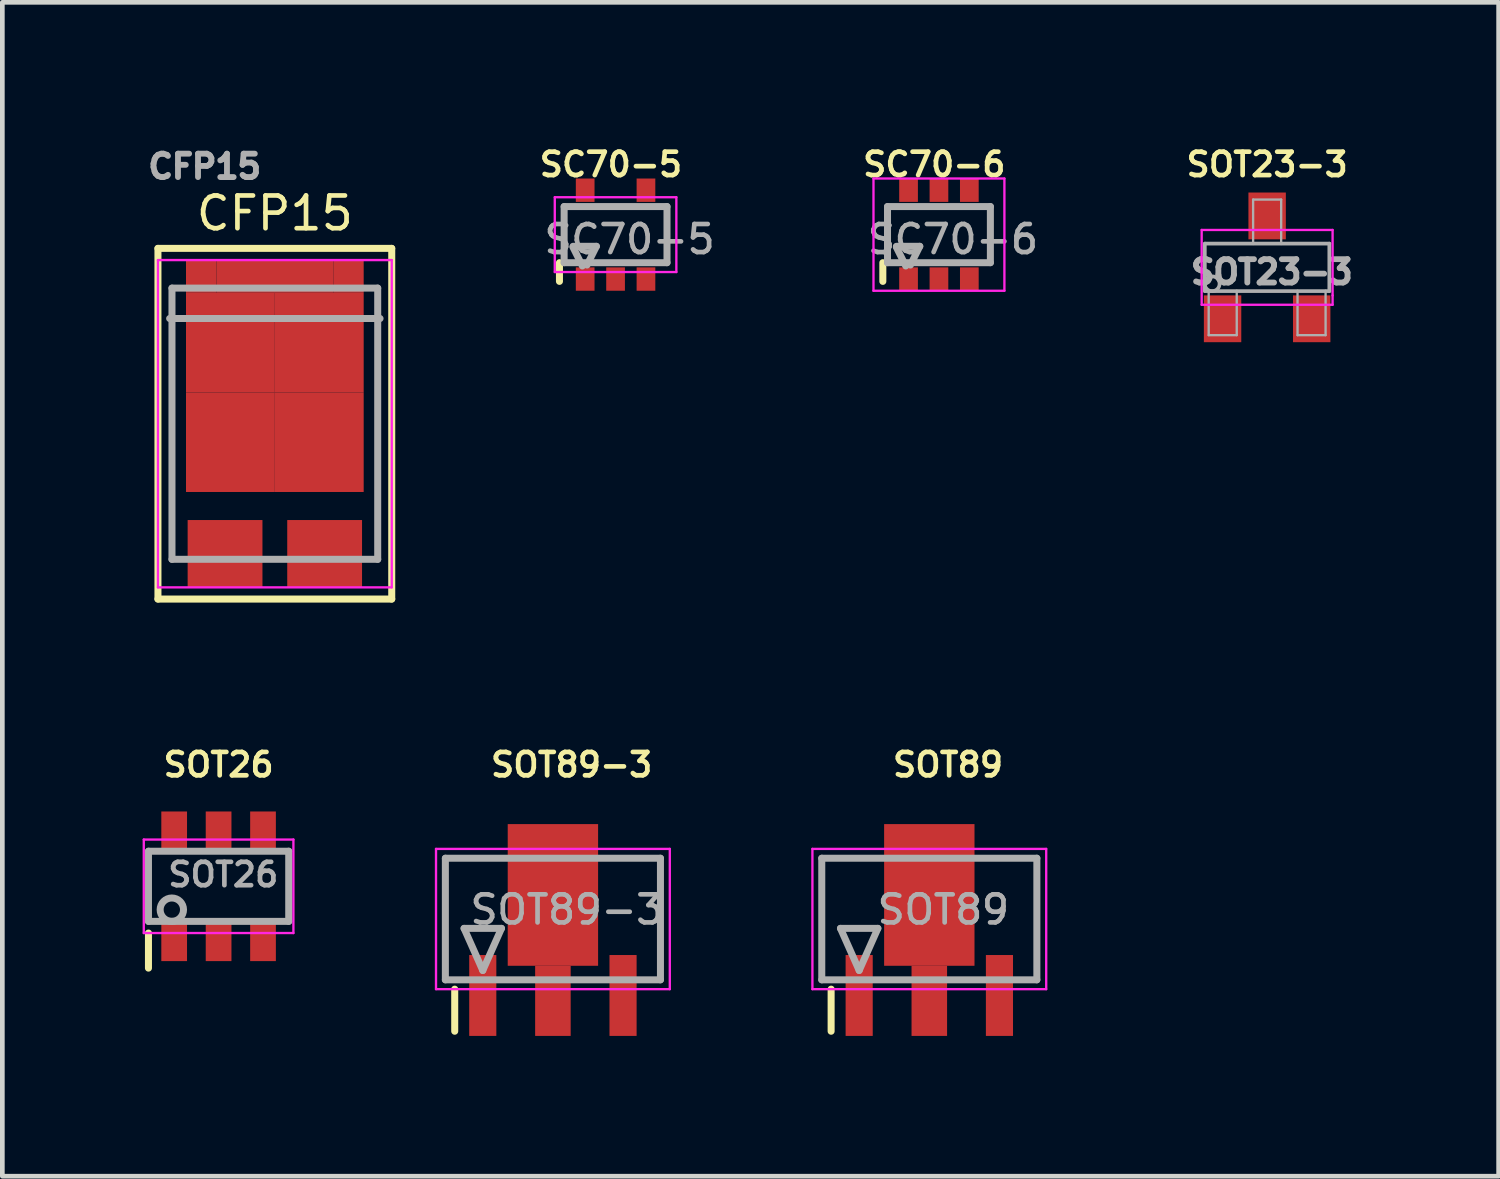
<source format=kicad_pcb>
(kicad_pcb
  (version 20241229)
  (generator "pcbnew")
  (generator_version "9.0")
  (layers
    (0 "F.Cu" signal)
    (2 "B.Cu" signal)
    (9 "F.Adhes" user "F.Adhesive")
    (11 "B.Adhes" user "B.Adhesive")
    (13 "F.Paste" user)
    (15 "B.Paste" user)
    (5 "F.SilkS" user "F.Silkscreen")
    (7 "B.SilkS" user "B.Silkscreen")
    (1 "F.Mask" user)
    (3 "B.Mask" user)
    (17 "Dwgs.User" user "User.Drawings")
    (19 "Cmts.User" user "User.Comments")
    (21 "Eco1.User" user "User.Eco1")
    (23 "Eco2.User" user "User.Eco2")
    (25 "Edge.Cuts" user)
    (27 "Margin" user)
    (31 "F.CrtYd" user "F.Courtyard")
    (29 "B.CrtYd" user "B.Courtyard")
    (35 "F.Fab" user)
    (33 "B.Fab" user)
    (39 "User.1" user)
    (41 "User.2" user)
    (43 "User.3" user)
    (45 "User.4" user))
  (footprint "SOT89-3"
    (layer "F.Cu")
    (at 8.775 16.605)
    (property "Reference" "SOT89-3" (at 0.4 -3.3 180) (layer "F.SilkS") (effects (font (size 0.5 0.5) (thickness 0.1))))
    (attr smd)
    (fp_line (start -2.1 2.4) (end -2.1 1.5) (stroke (width 0.15) (type solid)) (layer "F.SilkS"))
    (fp_line (start -2.5 -1.5) (end -2.5 1.5) (stroke (width 0.05) (type solid)) (layer "F.CrtYd"))
    (fp_line (start -2.5 -1.5) (end 2.5 -1.5) (stroke (width 0.05) (type solid)) (layer "F.CrtYd"))
    (fp_line (start -2.5 1.5) (end 2.5 1.5) (stroke (width 0.05) (type solid)) (layer "F.CrtYd"))
    (fp_line (start 2.5 -1.5) (end 2.5 1.5) (stroke (width 0.05) (type solid)) (layer "F.CrtYd"))
    (fp_line (start -2.3 -1.3) (end -2.3 1.3) (stroke (width 0.15) (type solid)) (layer "F.Fab"))
    (fp_line (start -2.3 1.3) (end 2.3 1.3) (stroke (width 0.15) (type solid)) (layer "F.Fab"))
    (fp_line (start -1.9 0.2) (end -1.1 0.2) (stroke (width 0.15) (type solid)) (layer "F.Fab"))
    (fp_line (start -1.5 1.1) (end -1.9 0.2) (stroke (width 0.15) (type solid)) (layer "F.Fab"))
    (fp_line (start -1.1 0.2) (end -1.5 1.1) (stroke (width 0.15) (type solid)) (layer "F.Fab"))
    (fp_line (start 2.3 -1.3) (end -2.3 -1.3) (stroke (width 0.15) (type solid)) (layer "F.Fab"))
    (fp_line (start 2.3 1.3) (end 2.3 -1.3) (stroke (width 0.15) (type solid)) (layer "F.Fab"))
    (fp_text user "${REFERENCE}" (at 0.3 -0.2 0) (layer "F.Fab") (effects (font (size 0.6 0.6) (thickness 0.1))))
    (pad "1" smd rect (at -1.5 1.635) (size 0.58 1.73) (layers "F.Cu" "F.Mask" "F.Paste"))
    (pad "2" smd rect (at 0 -0.515) (size 1.933 3.03) (layers "F.Cu" "F.Mask" "F.Paste"))
    (pad "2" smd rect (at 0 1.75) (size 0.76 1.5) (layers "F.Cu" "F.Mask" "F.Paste"))
    (pad "3" smd rect (at 1.5 1.635) (size 0.58 1.73) (layers "F.Cu" "F.Mask" "F.Paste")))
  (footprint "SOT23-3"
    (layer "F.Cu")
    (at 24.05 2.668)
    (property "Reference" "SOT23-3" (at 0 -2.2 0) (layer "F.SilkS") (effects (font (size 0.5 0.5) (thickness 0.1))))
    (attr smd)
    (fp_line (start -1.4 -0.8) (end 1.4 -0.8) (stroke (width 0.05) (type solid)) (layer "F.CrtYd"))
    (fp_line (start -1.4 0.8) (end -1.4 -0.8) (stroke (width 0.05) (type solid)) (layer "F.CrtYd"))
    (fp_line (start 1.4 -0.8) (end 1.4 0.6) (stroke (width 0.05) (type solid)) (layer "F.CrtYd"))
    (fp_line (start 1.4 0.6) (end 1.4 0.8) (stroke (width 0.05) (type solid)) (layer "F.CrtYd"))
    (fp_line (start 1.4 0.8) (end -1.4 0.8) (stroke (width 0.05) (type solid)) (layer "F.CrtYd"))
    (fp_line (start -1.333 -0.508) (end -1.333 0.508) (stroke (width 0.079) (type solid)) (layer "F.Fab"))
    (fp_line (start -1.33 -0.508) (end 1.33 -0.508) (stroke (width 0.079) (type solid)) (layer "F.Fab"))
    (fp_line (start -1.25 0.5) (end -1.25 1.45) (stroke (width 0.05) (type solid)) (layer "F.Fab"))
    (fp_line (start -1.25 1.45) (end -0.65 1.45) (stroke (width 0.05) (type solid)) (layer "F.Fab"))
    (fp_line (start -0.65 1.45) (end -0.65 0.5) (stroke (width 0.05) (type solid)) (layer "F.Fab"))
    (fp_line (start -0.3 -1.45) (end 0.3 -1.45) (stroke (width 0.05) (type solid)) (layer "F.Fab"))
    (fp_line (start -0.3 -0.5) (end -0.3 -1.45) (stroke (width 0.05) (type solid)) (layer "F.Fab"))
    (fp_line (start 0.3 -1.45) (end 0.3 -0.5) (stroke (width 0.05) (type solid)) (layer "F.Fab"))
    (fp_line (start 0.65 0.5) (end 0.65 1.45) (stroke (width 0.05) (type solid)) (layer "F.Fab"))
    (fp_line (start 0.65 1.45) (end 1.25 1.45) (stroke (width 0.05) (type solid)) (layer "F.Fab"))
    (fp_line (start 1.25 1.45) (end 1.25 0.5) (stroke (width 0.05) (type solid)) (layer "F.Fab"))
    (fp_line (start 1.33 -0.508) (end 1.33 0.508) (stroke (width 0.079) (type solid)) (layer "F.Fab"))
    (fp_line (start 1.33 0.508) (end -1.33 0.508) (stroke (width 0.079) (type solid)) (layer "F.Fab"))
    (fp_circle (center -1.176 0.351) (end -1.3 0.45) (stroke (width 0.079) (type solid)) (fill no) (layer "F.Fab"))
    (fp_text user "${REFERENCE}" (at 0.1 0.1 0) (layer "F.Fab") (effects (font (size 0.5 0.5) (thickness 0.125))))
    (pad "1" smd rect (at -0.953 1.1) (size 0.8 1.001) (layers "F.Cu" "F.Mask" "F.Paste"))
    (pad "2" smd rect (at 0.953 1.1) (size 0.8 1.001) (layers "F.Cu" "F.Mask" "F.Paste"))
    (pad "3" smd rect (at 0 -1.1) (size 0.8 1.001) (layers "F.Cu" "F.Mask" "F.Paste")))
  (footprint "SOT89"
    (layer "F.Cu")
    (at 16.825 16.605)
    (property "Reference" "SOT89" (at 0.4 -3.3 180) (layer "F.SilkS") (effects (font (size 0.5 0.5) (thickness 0.1))))
    (attr smd)
    (fp_line (start -2.1 2.4) (end -2.1 1.5) (stroke (width 0.15) (type solid)) (layer "F.SilkS"))
    (fp_line (start -2.5 -1.5) (end -2.5 1.5) (stroke (width 0.05) (type solid)) (layer "F.CrtYd"))
    (fp_line (start -2.5 -1.5) (end 2.5 -1.5) (stroke (width 0.05) (type solid)) (layer "F.CrtYd"))
    (fp_line (start -2.5 1.5) (end 2.5 1.5) (stroke (width 0.05) (type solid)) (layer "F.CrtYd"))
    (fp_line (start 2.5 -1.5) (end 2.5 1.5) (stroke (width 0.05) (type solid)) (layer "F.CrtYd"))
    (fp_line (start -2.3 -1.3) (end -2.3 1.3) (stroke (width 0.15) (type solid)) (layer "F.Fab"))
    (fp_line (start -2.3 1.3) (end 2.3 1.3) (stroke (width 0.15) (type solid)) (layer "F.Fab"))
    (fp_line (start -1.9 0.2) (end -1.1 0.2) (stroke (width 0.15) (type solid)) (layer "F.Fab"))
    (fp_line (start -1.5 1.1) (end -1.9 0.2) (stroke (width 0.15) (type solid)) (layer "F.Fab"))
    (fp_line (start -1.1 0.2) (end -1.5 1.1) (stroke (width 0.15) (type solid)) (layer "F.Fab"))
    (fp_line (start 2.3 -1.3) (end -2.3 -1.3) (stroke (width 0.15) (type solid)) (layer "F.Fab"))
    (fp_line (start 2.3 1.3) (end 2.3 -1.3) (stroke (width 0.15) (type solid)) (layer "F.Fab"))
    (fp_text user "${REFERENCE}" (at 0.3 -0.2 0) (layer "F.Fab") (effects (font (size 0.6 0.6) (thickness 0.1))))
    (pad "1" smd rect (at -1.5 1.635) (size 0.58 1.73) (layers "F.Cu" "F.Mask" "F.Paste"))
    (pad "2" smd rect (at 0 -0.515) (size 1.933 3.03) (layers "F.Cu" "F.Mask" "F.Paste"))
    (pad "2" smd rect (at 0 1.75) (size 0.76 1.5) (layers "F.Cu" "F.Mask" "F.Paste"))
    (pad "3" smd rect (at 1.5 1.635) (size 0.58 1.73) (layers "F.Cu" "F.Mask" "F.Paste")))
  (footprint "SC70-5"
    (layer "F.Cu")
    (at 10.115 1.968)
    (property "Reference" "SC70-5" (at -0.1 -1.5 0) (layer "F.SilkS") (effects (font (size 0.5 0.5) (thickness 0.1))))
    (attr smd)
    (fp_line (start -1.2 0.6) (end -1.2 1) (stroke (width 0.15) (type solid)) (layer "F.SilkS"))
    (fp_line (start -1.3 -0.8) (end -1.3 0.8) (stroke (width 0.05) (type solid)) (layer "F.CrtYd"))
    (fp_line (start -1.3 -0.8) (end 1.3 -0.8) (stroke (width 0.05) (type solid)) (layer "F.CrtYd"))
    (fp_line (start -1.3 0.8) (end 1.3 0.8) (stroke (width 0.05) (type solid)) (layer "F.CrtYd"))
    (fp_line (start 1.3 -0.8) (end 1.3 0.8) (stroke (width 0.05) (type solid)) (layer "F.CrtYd"))
    (fp_line (start -1.1 -0.6) (end -1.1 0.6) (stroke (width 0.15) (type solid)) (layer "F.Fab"))
    (fp_line (start -1.1 0.6) (end 1.1 0.6) (stroke (width 0.15) (type solid)) (layer "F.Fab"))
    (fp_line (start -0.91 0.25) (end -0.41 0.25) (stroke (width 0.15) (type solid)) (layer "F.Fab"))
    (fp_line (start -0.71 0.67) (end -0.91 0.27) (stroke (width 0.15) (type solid)) (layer "F.Fab"))
    (fp_line (start -0.41 0.25) (end -0.61 0.65) (stroke (width 0.15) (type solid)) (layer "F.Fab"))
    (fp_line (start 1.1 -0.6) (end -1.1 -0.6) (stroke (width 0.15) (type solid)) (layer "F.Fab"))
    (fp_line (start 1.1 0.6) (end 1.1 -0.6) (stroke (width 0.15) (type solid)) (layer "F.Fab"))
    (fp_text user "${REFERENCE}" (at 0.3 0.1 0) (layer "F.Fab") (effects (font (size 0.6 0.6) (thickness 0.1))))
    (pad "1" smd rect (at -0.65 0.95) (size 0.4 0.5) (layers "F.Cu" "F.Mask" "F.Paste"))
    (pad "2" smd rect (at 0 0.95) (size 0.4 0.5) (layers "F.Cu" "F.Mask" "F.Paste"))
    (pad "3" smd rect (at 0.65 0.95) (size 0.4 0.5) (layers "F.Cu" "F.Mask" "F.Paste"))
    (pad "4" smd rect (at 0.65 -0.95) (size 0.4 0.5) (layers "F.Cu" "F.Mask" "F.Paste"))
    (pad "5" smd rect (at -0.65 -0.95) (size 0.4 0.5) (layers "F.Cu" "F.Mask" "F.Paste")))
  (footprint "SC70-6"
    (layer "F.Cu")
    (at 17.031 1.968)
    (property "Reference" "SC70-6" (at -0.1 -1.5 0) (layer "F.SilkS") (effects (font (size 0.5 0.5) (thickness 0.1))))
    (attr smd)
    (fp_line (start -1.2 0.6) (end -1.2 1) (stroke (width 0.15) (type solid)) (layer "F.SilkS"))
    (fp_line (start -1.4 -1.2) (end -1.4 1.2) (stroke (width 0.05) (type solid)) (layer "F.CrtYd"))
    (fp_line (start -1.4 -1.2) (end 1.4 -1.2) (stroke (width 0.05) (type solid)) (layer "F.CrtYd"))
    (fp_line (start -1.4 1.2) (end 1.4 1.2) (stroke (width 0.05) (type solid)) (layer "F.CrtYd"))
    (fp_line (start 1.4 -1.2) (end 1.4 1.2) (stroke (width 0.05) (type solid)) (layer "F.CrtYd"))
    (fp_line (start -1.1 -0.6) (end -1.1 0.6) (stroke (width 0.15) (type solid)) (layer "F.Fab"))
    (fp_line (start -1.1 0.6) (end 1.1 0.6) (stroke (width 0.15) (type solid)) (layer "F.Fab"))
    (fp_line (start -0.91 0.25) (end -0.41 0.25) (stroke (width 0.15) (type solid)) (layer "F.Fab"))
    (fp_line (start -0.71 0.67) (end -0.91 0.27) (stroke (width 0.15) (type solid)) (layer "F.Fab"))
    (fp_line (start -0.41 0.25) (end -0.61 0.65) (stroke (width 0.15) (type solid)) (layer "F.Fab"))
    (fp_line (start 1.1 -0.6) (end -1.1 -0.6) (stroke (width 0.15) (type solid)) (layer "F.Fab"))
    (fp_line (start 1.1 0.6) (end 1.1 -0.6) (stroke (width 0.15) (type solid)) (layer "F.Fab"))
    (fp_text user "${REFERENCE}" (at 0.3 0.1 0) (layer "F.Fab") (effects (font (size 0.6 0.6) (thickness 0.1))))
    (pad "1" smd rect (at -0.65 0.95) (size 0.4 0.5) (layers "F.Cu" "F.Mask" "F.Paste"))
    (pad "2" smd rect (at 0 0.95) (size 0.4 0.5) (layers "F.Cu" "F.Mask" "F.Paste"))
    (pad "3" smd rect (at 0.65 0.95) (size 0.4 0.5) (layers "F.Cu" "F.Mask" "F.Paste"))
    (pad "4" smd rect (at 0.65 -0.95) (size 0.4 0.5) (layers "F.Cu" "F.Mask" "F.Paste"))
    (pad "5" smd rect (at 0 -0.95) (size 0.4 0.5) (layers "F.Cu" "F.Mask" "F.Paste"))
    (pad "6" smd rect (at -0.65 -0.95) (size 0.4 0.5) (layers "F.Cu" "F.Mask" "F.Paste")))
  (footprint "CFP15"
    (layer "F.Cu")
    (at 2.828 6.012)
    (property "Reference" "CFP15" (at 0 -4.5 0) (layer "F.SilkS") (effects (font (size 0.7 0.7) (thickness 0.1))))
    (attr smd)
    (fp_line (start -2.5 -3.75) (end 2.5 -3.75) (stroke (width 0.15) (type solid)) (layer "F.SilkS"))
    (fp_line (start -2.5 3.75) (end -2.5 -3.75) (stroke (width 0.15) (type solid)) (layer "F.SilkS"))
    (fp_line (start 2.5 -3.75) (end 2.5 3.75) (stroke (width 0.15) (type solid)) (layer "F.SilkS"))
    (fp_line (start 2.5 3.75) (end -2.5 3.75) (stroke (width 0.15) (type solid)) (layer "F.SilkS"))
    (fp_line (start -2.5 -3.5) (end 2.5 -3.5) (stroke (width 0.05) (type solid)) (layer "F.CrtYd"))
    (fp_line (start -2.5 3.5) (end -2.5 -3.5) (stroke (width 0.05) (type solid)) (layer "F.CrtYd"))
    (fp_line (start 2.5 -3.5) (end 2.5 3.5) (stroke (width 0.05) (type solid)) (layer "F.CrtYd"))
    (fp_line (start 2.5 3.5) (end -2.5 3.5) (stroke (width 0.05) (type solid)) (layer "F.CrtYd"))
    (fp_line (start -2.25 -2.25) (end 2.25 -2.25) (stroke (width 0.15) (type solid)) (layer "F.Fab"))
    (fp_line (start -2.2 -2.9) (end -2.2 2.9) (stroke (width 0.15) (type solid)) (layer "F.Fab"))
    (fp_line (start -2.2 -2.9) (end 2.2 -2.9) (stroke (width 0.15) (type solid)) (layer "F.Fab"))
    (fp_line (start 2.2 -2.9) (end 2.2 2.9) (stroke (width 0.15) (type solid)) (layer "F.Fab"))
    (fp_line (start 2.2 2.9) (end -2.2 2.9) (stroke (width 0.15) (type solid)) (layer "F.Fab"))
    (fp_text user "${REFERENCE}" (at -1.5 -5.5 0) (layer "F.Fab") (effects (font (size 0.5 0.5) (thickness 0.125))))
    (pad "3" smd rect (at -1.575 -3.15) (size 0.65 0.7) (layers "F.Cu" "F.Mask"))
    (pad "3" smd rect (at -0.95 -1.735) (size 1.9 2.13) (layers "F.Cu" "F.Mask" "F.Paste"))
    (pad "3" smd rect (at -0.95 0.395) (size 1.9 2.13) (layers "F.Cu" "F.Mask" "F.Paste"))
    (pad "3" smd rect (at 0 -3.15) (size 2.5 0.7) (layers "F.Cu" "F.Mask" "F.Paste"))
    (pad "3" smd rect (at 0.95 -1.735) (size 1.9 2.13) (layers "F.Cu" "F.Mask" "F.Paste"))
    (pad "3" smd rect (at 0.95 0.395) (size 1.9 2.13) (layers "F.Cu" "F.Mask" "F.Paste"))
    (pad "3" smd rect (at 1.575 -3.15) (size 0.65 0.7) (layers "F.Cu" "F.Mask"))
    (pad "A" smd rect (at -1.065 2.78) (size 1.6 1.44) (layers "F.Cu" "F.Mask" "F.Paste"))
    (pad "A" smd rect (at 1.065 2.78) (size 1.6 1.44) (layers "F.Cu" "F.Mask" "F.Paste")))
  (footprint "SOT26"
    (layer "F.Cu")
    (at 1.625 15.905)
    (property "Reference" "SOT26" (at 0 -2.6 0) (layer "F.SilkS") (effects (font (size 0.5 0.5) (thickness 0.1))))
    (attr smd)
    (fp_line (start -1.5 1) (end -1.5 1.75) (stroke (width 0.15) (type solid)) (layer "F.SilkS"))
    (fp_line (start -1.6 -1) (end -1.6 1) (stroke (width 0.05) (type solid)) (layer "F.CrtYd"))
    (fp_line (start -1.6 -1) (end 1.6 -1) (stroke (width 0.05) (type solid)) (layer "F.CrtYd"))
    (fp_line (start -1.6 1) (end 1.6 1) (stroke (width 0.05) (type solid)) (layer "F.CrtYd"))
    (fp_line (start 1.6 -1) (end 1.6 1) (stroke (width 0.05) (type solid)) (layer "F.CrtYd"))
    (fp_line (start -1.5 -0.75) (end -1.5 0.75) (stroke (width 0.15) (type solid)) (layer "F.Fab"))
    (fp_line (start -1.5 0.75) (end 1.5 0.75) (stroke (width 0.15) (type solid)) (layer "F.Fab"))
    (fp_line (start 1.5 -0.75) (end -1.5 -0.75) (stroke (width 0.15) (type solid)) (layer "F.Fab"))
    (fp_line (start 1.5 0.75) (end 1.5 -0.75) (stroke (width 0.15) (type solid)) (layer "F.Fab"))
    (fp_circle (center -1 0.5) (end -1 0.25) (stroke (width 0.15) (type solid)) (fill no) (layer "F.Fab"))
    (fp_text user "${REFERENCE}" (at 0.1 -0.25 0) (layer "F.Fab") (effects (font (size 0.5 0.5) (thickness 0.1))))
    (pad "1" smd rect (at -0.95 1.2) (size 0.55 0.8) (layers "F.Cu" "F.Mask" "F.Paste"))
    (pad "2" smd rect (at 0 1.2) (size 0.55 0.8) (layers "F.Cu" "F.Mask" "F.Paste"))
    (pad "3" smd rect (at 0.95 1.2) (size 0.55 0.8) (layers "F.Cu" "F.Mask" "F.Paste"))
    (pad "4" smd rect (at 0.95 -1.2) (size 0.55 0.8) (layers "F.Cu" "F.Mask" "F.Paste"))
    (pad "5" smd rect (at 0 -1.2) (size 0.55 0.8) (layers "F.Cu" "F.Mask" "F.Paste"))
    (pad "6" smd rect (at -0.95 -1.2) (size 0.55 0.8) (layers "F.Cu" "F.Mask" "F.Paste")))
  (gr_rect
    (start -3 -3)
    (end 29.001 22.105)
    (stroke (width 0.1) (type default))
    (fill no)
    (layer "Edge.Cuts")))
</source>
